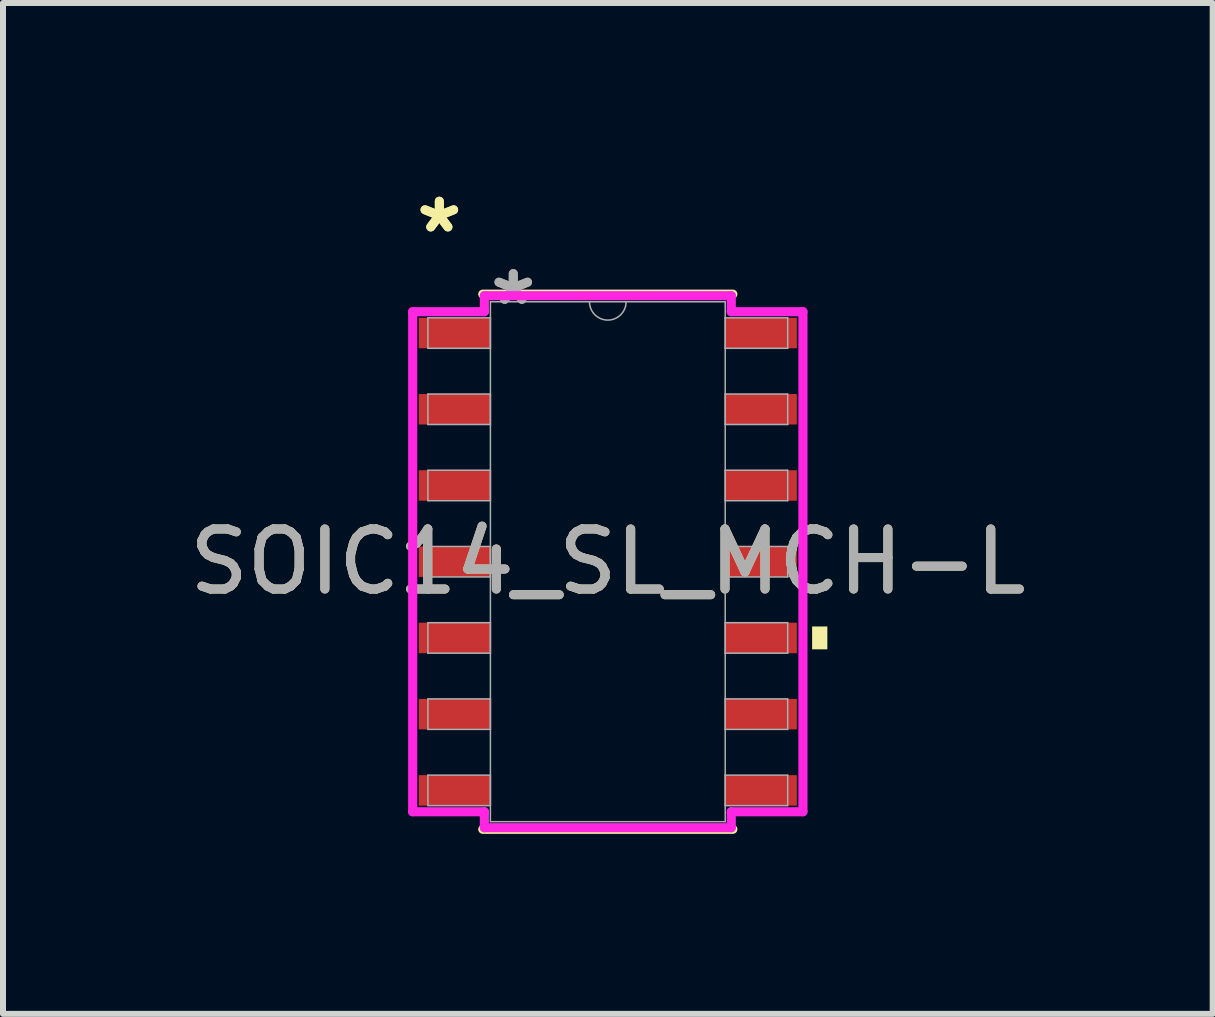
<source format=kicad_pcb>
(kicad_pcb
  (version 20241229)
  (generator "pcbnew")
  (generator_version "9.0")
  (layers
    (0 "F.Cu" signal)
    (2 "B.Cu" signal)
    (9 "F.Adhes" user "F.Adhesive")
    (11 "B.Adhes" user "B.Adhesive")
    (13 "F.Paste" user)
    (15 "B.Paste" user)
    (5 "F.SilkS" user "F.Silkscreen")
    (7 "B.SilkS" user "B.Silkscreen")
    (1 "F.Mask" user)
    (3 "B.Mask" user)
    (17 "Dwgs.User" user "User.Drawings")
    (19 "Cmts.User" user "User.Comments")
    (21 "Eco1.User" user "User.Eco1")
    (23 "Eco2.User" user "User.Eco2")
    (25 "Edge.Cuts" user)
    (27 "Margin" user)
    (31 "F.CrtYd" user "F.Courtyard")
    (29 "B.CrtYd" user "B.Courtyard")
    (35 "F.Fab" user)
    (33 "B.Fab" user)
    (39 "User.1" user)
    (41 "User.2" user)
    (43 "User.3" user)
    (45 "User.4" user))
  (footprint "SOIC14_SL_MCH-L"
    (layer "F.Cu")
    (at 7.077 6.309)
    (property "Reference" "SOIC14_SL_MCH-L" (at 0 0 0) (unlocked yes) (layer "F.SilkS") (effects (font (size 1 1) (thickness 0.15))))
    (attr smd)
    (fp_line (start -2.083 4.458) (end 2.083 4.458) (stroke (width 0.152) (type solid)) (layer "F.SilkS"))
    (fp_line (start 2.083 -4.458) (end -2.083 -4.458) (stroke (width 0.152) (type solid)) (layer "F.SilkS"))
    (fp_poly (pts (xy 3.658 1.079) (xy 3.658 1.46) (xy 3.404 1.46) (xy 3.404 1.079)) (stroke (width 0) (type solid)) (fill yes) (layer "F.SilkS"))
    (fp_line (start -3.251 -4.166) (end -2.057 -4.166) (stroke (width 0.152) (type solid)) (layer "F.CrtYd"))
    (fp_line (start -3.251 4.166) (end -3.251 -4.166) (stroke (width 0.152) (type solid)) (layer "F.CrtYd"))
    (fp_line (start -3.251 4.166) (end -2.057 4.166) (stroke (width 0.152) (type solid)) (layer "F.CrtYd"))
    (fp_line (start -2.057 -4.432) (end 2.057 -4.432) (stroke (width 0.152) (type solid)) (layer "F.CrtYd"))
    (fp_line (start -2.057 -4.166) (end -2.057 -4.432) (stroke (width 0.152) (type solid)) (layer "F.CrtYd"))
    (fp_line (start -2.057 4.432) (end -2.057 4.166) (stroke (width 0.152) (type solid)) (layer "F.CrtYd"))
    (fp_line (start 2.057 -4.432) (end 2.057 -4.166) (stroke (width 0.152) (type solid)) (layer "F.CrtYd"))
    (fp_line (start 2.057 4.166) (end 2.057 4.432) (stroke (width 0.152) (type solid)) (layer "F.CrtYd"))
    (fp_line (start 2.057 4.432) (end -2.057 4.432) (stroke (width 0.152) (type solid)) (layer "F.CrtYd"))
    (fp_line (start 3.251 -4.166) (end 2.057 -4.166) (stroke (width 0.152) (type solid)) (layer "F.CrtYd"))
    (fp_line (start 3.251 -4.166) (end 3.251 4.166) (stroke (width 0.152) (type solid)) (layer "F.CrtYd"))
    (fp_line (start 3.251 4.166) (end 2.057 4.166) (stroke (width 0.152) (type solid)) (layer "F.CrtYd"))
    (fp_line (start -2.997 -4.064) (end -2.997 -3.556) (stroke (width 0.025) (type solid)) (layer "F.Fab"))
    (fp_line (start -2.997 -3.556) (end -1.956 -3.556) (stroke (width 0.025) (type solid)) (layer "F.Fab"))
    (fp_line (start -2.997 -2.794) (end -2.997 -2.286) (stroke (width 0.025) (type solid)) (layer "F.Fab"))
    (fp_line (start -2.997 -2.286) (end -1.956 -2.286) (stroke (width 0.025) (type solid)) (layer "F.Fab"))
    (fp_line (start -2.997 -1.524) (end -2.997 -1.016) (stroke (width 0.025) (type solid)) (layer "F.Fab"))
    (fp_line (start -2.997 -1.016) (end -1.956 -1.016) (stroke (width 0.025) (type solid)) (layer "F.Fab"))
    (fp_line (start -2.997 -0.254) (end -2.997 0.254) (stroke (width 0.025) (type solid)) (layer "F.Fab"))
    (fp_line (start -2.997 0.254) (end -1.956 0.254) (stroke (width 0.025) (type solid)) (layer "F.Fab"))
    (fp_line (start -2.997 1.016) (end -2.997 1.524) (stroke (width 0.025) (type solid)) (layer "F.Fab"))
    (fp_line (start -2.997 1.524) (end -1.956 1.524) (stroke (width 0.025) (type solid)) (layer "F.Fab"))
    (fp_line (start -2.997 2.286) (end -2.997 2.794) (stroke (width 0.025) (type solid)) (layer "F.Fab"))
    (fp_line (start -2.997 2.794) (end -1.956 2.794) (stroke (width 0.025) (type solid)) (layer "F.Fab"))
    (fp_line (start -2.997 3.556) (end -2.997 4.064) (stroke (width 0.025) (type solid)) (layer "F.Fab"))
    (fp_line (start -2.997 4.064) (end -1.956 4.064) (stroke (width 0.025) (type solid)) (layer "F.Fab"))
    (fp_line (start -1.956 -4.331) (end -1.956 4.331) (stroke (width 0.025) (type solid)) (layer "F.Fab"))
    (fp_line (start -1.956 -4.064) (end -2.997 -4.064) (stroke (width 0.025) (type solid)) (layer "F.Fab"))
    (fp_line (start -1.956 -3.556) (end -1.956 -4.064) (stroke (width 0.025) (type solid)) (layer "F.Fab"))
    (fp_line (start -1.956 -2.794) (end -2.997 -2.794) (stroke (width 0.025) (type solid)) (layer "F.Fab"))
    (fp_line (start -1.956 -2.286) (end -1.956 -2.794) (stroke (width 0.025) (type solid)) (layer "F.Fab"))
    (fp_line (start -1.956 -1.524) (end -2.997 -1.524) (stroke (width 0.025) (type solid)) (layer "F.Fab"))
    (fp_line (start -1.956 -1.016) (end -1.956 -1.524) (stroke (width 0.025) (type solid)) (layer "F.Fab"))
    (fp_line (start -1.956 -0.254) (end -2.997 -0.254) (stroke (width 0.025) (type solid)) (layer "F.Fab"))
    (fp_line (start -1.956 0.254) (end -1.956 -0.254) (stroke (width 0.025) (type solid)) (layer "F.Fab"))
    (fp_line (start -1.956 1.016) (end -2.997 1.016) (stroke (width 0.025) (type solid)) (layer "F.Fab"))
    (fp_line (start -1.956 1.524) (end -1.956 1.016) (stroke (width 0.025) (type solid)) (layer "F.Fab"))
    (fp_line (start -1.956 2.286) (end -2.997 2.286) (stroke (width 0.025) (type solid)) (layer "F.Fab"))
    (fp_line (start -1.956 2.794) (end -1.956 2.286) (stroke (width 0.025) (type solid)) (layer "F.Fab"))
    (fp_line (start -1.956 3.556) (end -2.997 3.556) (stroke (width 0.025) (type solid)) (layer "F.Fab"))
    (fp_line (start -1.956 4.064) (end -1.956 3.556) (stroke (width 0.025) (type solid)) (layer "F.Fab"))
    (fp_line (start -1.956 4.331) (end 1.956 4.331) (stroke (width 0.025) (type solid)) (layer "F.Fab"))
    (fp_line (start 1.956 -4.331) (end -1.956 -4.331) (stroke (width 0.025) (type solid)) (layer "F.Fab"))
    (fp_line (start 1.956 -4.064) (end 1.956 -3.556) (stroke (width 0.025) (type solid)) (layer "F.Fab"))
    (fp_line (start 1.956 -3.556) (end 2.997 -3.556) (stroke (width 0.025) (type solid)) (layer "F.Fab"))
    (fp_line (start 1.956 -2.794) (end 1.956 -2.286) (stroke (width 0.025) (type solid)) (layer "F.Fab"))
    (fp_line (start 1.956 -2.286) (end 2.997 -2.286) (stroke (width 0.025) (type solid)) (layer "F.Fab"))
    (fp_line (start 1.956 -1.524) (end 1.956 -1.016) (stroke (width 0.025) (type solid)) (layer "F.Fab"))
    (fp_line (start 1.956 -1.016) (end 2.997 -1.016) (stroke (width 0.025) (type solid)) (layer "F.Fab"))
    (fp_line (start 1.956 -0.254) (end 1.956 0.254) (stroke (width 0.025) (type solid)) (layer "F.Fab"))
    (fp_line (start 1.956 0.254) (end 2.997 0.254) (stroke (width 0.025) (type solid)) (layer "F.Fab"))
    (fp_line (start 1.956 1.016) (end 1.956 1.524) (stroke (width 0.025) (type solid)) (layer "F.Fab"))
    (fp_line (start 1.956 1.524) (end 2.997 1.524) (stroke (width 0.025) (type solid)) (layer "F.Fab"))
    (fp_line (start 1.956 2.286) (end 1.956 2.794) (stroke (width 0.025) (type solid)) (layer "F.Fab"))
    (fp_line (start 1.956 2.794) (end 2.997 2.794) (stroke (width 0.025) (type solid)) (layer "F.Fab"))
    (fp_line (start 1.956 3.556) (end 1.956 4.064) (stroke (width 0.025) (type solid)) (layer "F.Fab"))
    (fp_line (start 1.956 4.064) (end 2.997 4.064) (stroke (width 0.025) (type solid)) (layer "F.Fab"))
    (fp_line (start 1.956 4.331) (end 1.956 -4.331) (stroke (width 0.025) (type solid)) (layer "F.Fab"))
    (fp_line (start 2.997 -4.064) (end 1.956 -4.064) (stroke (width 0.025) (type solid)) (layer "F.Fab"))
    (fp_line (start 2.997 -3.556) (end 2.997 -4.064) (stroke (width 0.025) (type solid)) (layer "F.Fab"))
    (fp_line (start 2.997 -2.794) (end 1.956 -2.794) (stroke (width 0.025) (type solid)) (layer "F.Fab"))
    (fp_line (start 2.997 -2.286) (end 2.997 -2.794) (stroke (width 0.025) (type solid)) (layer "F.Fab"))
    (fp_line (start 2.997 -1.524) (end 1.956 -1.524) (stroke (width 0.025) (type solid)) (layer "F.Fab"))
    (fp_line (start 2.997 -1.016) (end 2.997 -1.524) (stroke (width 0.025) (type solid)) (layer "F.Fab"))
    (fp_line (start 2.997 -0.254) (end 1.956 -0.254) (stroke (width 0.025) (type solid)) (layer "F.Fab"))
    (fp_line (start 2.997 0.254) (end 2.997 -0.254) (stroke (width 0.025) (type solid)) (layer "F.Fab"))
    (fp_line (start 2.997 1.016) (end 1.956 1.016) (stroke (width 0.025) (type solid)) (layer "F.Fab"))
    (fp_line (start 2.997 1.524) (end 2.997 1.016) (stroke (width 0.025) (type solid)) (layer "F.Fab"))
    (fp_line (start 2.997 2.286) (end 1.956 2.286) (stroke (width 0.025) (type solid)) (layer "F.Fab"))
    (fp_line (start 2.997 2.794) (end 2.997 2.286) (stroke (width 0.025) (type solid)) (layer "F.Fab"))
    (fp_line (start 2.997 3.556) (end 1.956 3.556) (stroke (width 0.025) (type solid)) (layer "F.Fab"))
    (fp_line (start 2.997 4.064) (end 2.997 3.556) (stroke (width 0.025) (type solid)) (layer "F.Fab"))
    (fp_arc (start 0.3048 -4.3307) (mid 0 -4.0259) (end -0.3048 -4.3307) (stroke (width 0.0254) (type solid)) (layer "F.Fab"))
    (fp_text user "*" (at -2.807 -5.461 0) (layer "F.SilkS") (effects (font (size 1 1) (thickness 0.15))))
    (fp_text user "*" (at -2.807 -5.461 0) (unlocked yes) (layer "F.SilkS") (effects (font (size 1 1) (thickness 0.15))))
    (fp_text user "${REFERENCE}" (at 0 0 0) (unlocked yes) (layer "F.Fab") (effects (font (size 1 1) (thickness 0.15))))
    (fp_text user "*" (at -1.575 -4.255 0) (unlocked yes) (layer "F.Fab") (effects (font (size 1 1) (thickness 0.15))))
    (fp_text user "*" (at -1.575 -4.255 0) (layer "F.Fab") (effects (font (size 1 1) (thickness 0.15))))
    (pad "1" smd rect (at -2.553 -3.81) (size 1.194 0.508) (layers "F.Cu" "F.Mask" "F.Paste"))
    (pad "2" smd rect (at -2.553 -2.54) (size 1.194 0.508) (layers "F.Cu" "F.Mask" "F.Paste"))
    (pad "3" smd rect (at -2.553 -1.27) (size 1.194 0.508) (layers "F.Cu" "F.Mask" "F.Paste"))
    (pad "4" smd rect (at -2.553 0) (size 1.194 0.508) (layers "F.Cu" "F.Mask" "F.Paste"))
    (pad "5" smd rect (at -2.553 1.27) (size 1.194 0.508) (layers "F.Cu" "F.Mask" "F.Paste"))
    (pad "6" smd rect (at -2.553 2.54) (size 1.194 0.508) (layers "F.Cu" "F.Mask" "F.Paste"))
    (pad "7" smd rect (at -2.553 3.81) (size 1.194 0.508) (layers "F.Cu" "F.Mask" "F.Paste"))
    (pad "8" smd rect (at 2.553 3.81) (size 1.194 0.508) (layers "F.Cu" "F.Mask" "F.Paste"))
    (pad "9" smd rect (at 2.553 2.54) (size 1.194 0.508) (layers "F.Cu" "F.Mask" "F.Paste"))
    (pad "10" smd rect (at 2.553 1.27) (size 1.194 0.508) (layers "F.Cu" "F.Mask" "F.Paste"))
    (pad "11" smd rect (at 2.553 0) (size 1.194 0.508) (layers "F.Cu" "F.Mask" "F.Paste"))
    (pad "12" smd rect (at 2.553 -1.27) (size 1.194 0.508) (layers "F.Cu" "F.Mask" "F.Paste"))
    (pad "13" smd rect (at 2.553 -2.54) (size 1.194 0.508) (layers "F.Cu" "F.Mask" "F.Paste"))
    (pad "14" smd rect (at 2.553 -3.81) (size 1.194 0.508) (layers "F.Cu" "F.Mask" "F.Paste")))
  (gr_rect
    (start -3 -3)
    (end 17.155 13.843)
    (stroke (width 0.1) (type default))
    (fill no)
    (layer "Edge.Cuts")))
</source>
